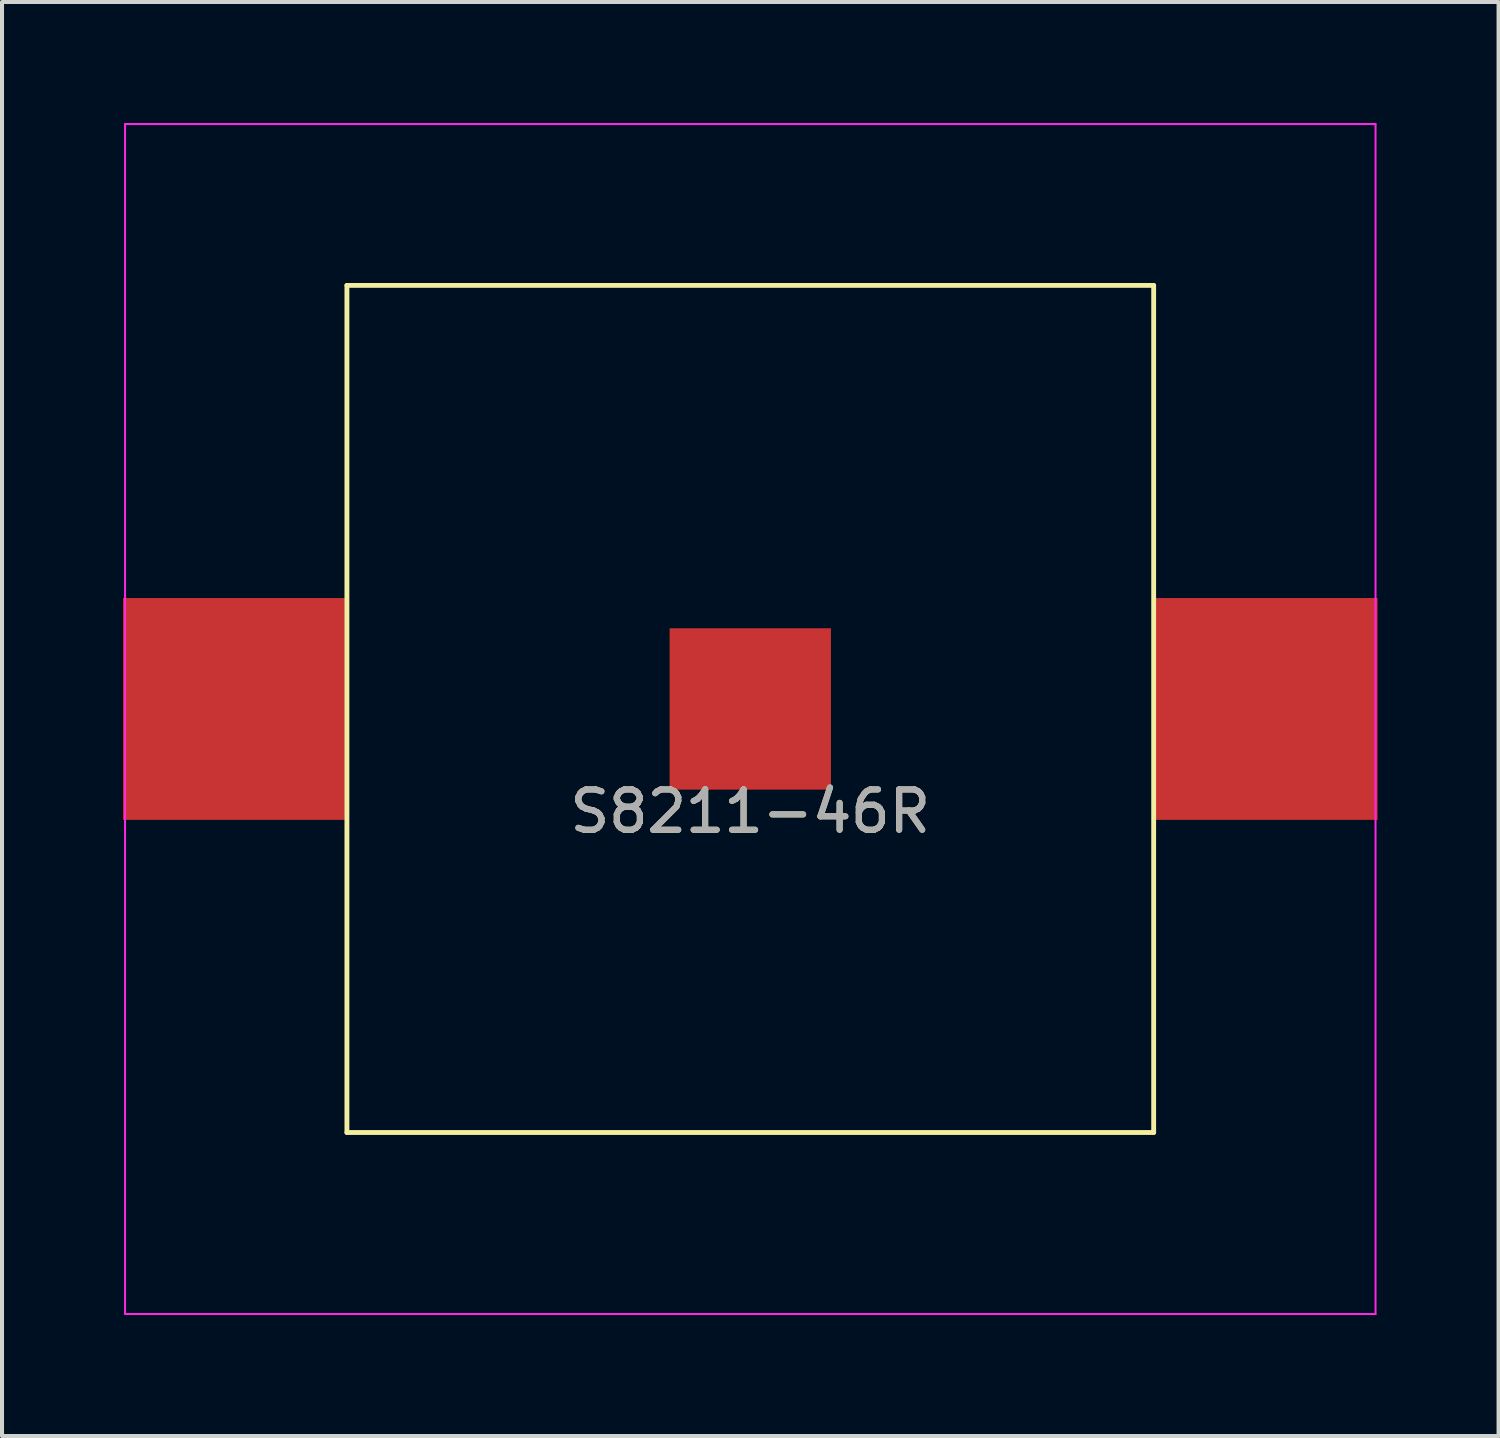
<source format=kicad_pcb>
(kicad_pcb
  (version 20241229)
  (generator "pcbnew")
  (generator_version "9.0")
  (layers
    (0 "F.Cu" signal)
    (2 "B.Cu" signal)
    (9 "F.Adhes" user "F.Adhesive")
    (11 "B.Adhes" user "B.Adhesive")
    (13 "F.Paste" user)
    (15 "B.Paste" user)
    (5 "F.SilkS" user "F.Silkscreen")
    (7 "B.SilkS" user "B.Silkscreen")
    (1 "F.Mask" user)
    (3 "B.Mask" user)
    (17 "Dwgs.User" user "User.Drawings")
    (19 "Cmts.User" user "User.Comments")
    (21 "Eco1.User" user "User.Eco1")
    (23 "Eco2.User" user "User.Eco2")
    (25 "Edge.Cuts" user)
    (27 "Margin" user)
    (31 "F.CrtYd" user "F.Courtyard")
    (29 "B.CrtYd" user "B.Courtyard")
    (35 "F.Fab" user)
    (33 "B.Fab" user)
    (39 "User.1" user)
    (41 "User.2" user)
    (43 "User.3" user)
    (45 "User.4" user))
  (footprint "S8211-46R"
    (layer "F.Cu")
    (at 15.55 14.525)
    (property "Reference" "S8211-46R" (at 0 2.54 0) (unlocked yes) (layer "F.SilkS") (effects (font (size 1 1) (thickness 0.15))))
    (attr smd)
    (fp_line (start -10 -10.5) (end 10 -10.5) (stroke (width 0.12) (type solid)) (layer "F.SilkS"))
    (fp_line (start -10 10.5) (end -10 -10.5) (stroke (width 0.12) (type solid)) (layer "F.SilkS"))
    (fp_line (start 10 -10.5) (end 10 10.5) (stroke (width 0.12) (type solid)) (layer "F.SilkS"))
    (fp_line (start 10 10.5) (end -10 10.5) (stroke (width 0.12) (type solid)) (layer "F.SilkS"))
    (fp_line (start -15.5 -14.5) (end 15 -14.5) (stroke (width 0.05) (type solid)) (layer "F.CrtYd"))
    (fp_line (start -15.5 -3) (end -15.5 -14.5) (stroke (width 0.05) (type solid)) (layer "F.CrtYd"))
    (fp_line (start -15.5 15) (end -15.5 -3) (stroke (width 0.05) (type solid)) (layer "F.CrtYd"))
    (fp_line (start 15 -14.5) (end 15.5 -14.5) (stroke (width 0.05) (type solid)) (layer "F.CrtYd"))
    (fp_line (start 15.5 -14.5) (end 15.5 15) (stroke (width 0.05) (type solid)) (layer "F.CrtYd"))
    (fp_line (start 15.5 15) (end -15.5 15) (stroke (width 0.05) (type solid)) (layer "F.CrtYd"))
    (fp_text user "${REFERENCE}" (at 0 2.54 0) (unlocked yes) (layer "F.Fab") (effects (font (size 1 1) (thickness 0.15))))
    (pad "1" smd rect (at -12.8 0) (size 5.5 5.5) (layers "F.Cu" "F.Mask" "F.Paste"))
    (pad "1" smd rect (at 12.8 0) (size 5.5 5.5) (layers "F.Cu" "F.Mask" "F.Paste"))
    (pad "2" smd rect (at 0 0) (size 4 4) (layers "F.Cu" "F.Mask" "F.Paste")))
  (gr_rect
    (start -3 -3)
    (end 34.1 32.55)
    (stroke (width 0.1) (type default))
    (fill no)
    (layer "Edge.Cuts")))
</source>
